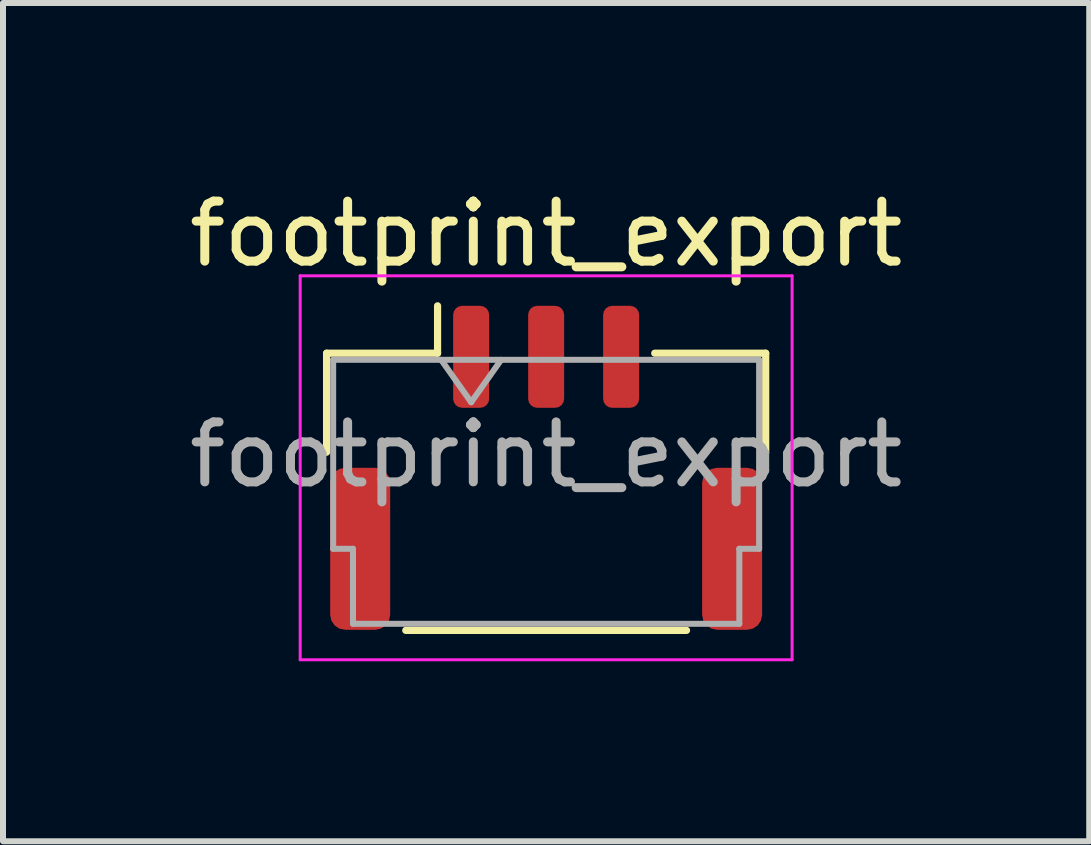
<source format=kicad_pcb>
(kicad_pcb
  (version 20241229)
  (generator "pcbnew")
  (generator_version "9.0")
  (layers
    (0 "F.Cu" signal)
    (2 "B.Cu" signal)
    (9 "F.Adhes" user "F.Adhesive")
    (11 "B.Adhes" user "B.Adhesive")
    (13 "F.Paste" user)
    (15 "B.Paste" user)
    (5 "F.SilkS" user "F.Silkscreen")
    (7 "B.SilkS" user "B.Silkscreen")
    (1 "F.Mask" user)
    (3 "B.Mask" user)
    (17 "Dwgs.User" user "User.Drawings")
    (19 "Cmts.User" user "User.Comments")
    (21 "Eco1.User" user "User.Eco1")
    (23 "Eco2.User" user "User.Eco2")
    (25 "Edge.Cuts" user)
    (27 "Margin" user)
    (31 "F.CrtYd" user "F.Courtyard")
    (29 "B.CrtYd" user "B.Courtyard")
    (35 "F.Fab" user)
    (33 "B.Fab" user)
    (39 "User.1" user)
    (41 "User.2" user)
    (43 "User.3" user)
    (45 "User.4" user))
  (footprint "footprint_export"
    (layer "F.Cu")
    (at 6.054 4.748)
    (property "Reference" "footprint_export" (at 0 -3.9 0) (layer "F.SilkS") (effects (font (size 1 1) (thickness 0.15))))
    (attr smd)
    (fp_line (start -3.66 -1.91) (end -1.81 -1.91) (stroke (width 0.12) (type solid)) (layer "F.SilkS"))
    (fp_line (start -3.66 -0.26) (end -3.66 -1.91) (stroke (width 0.12) (type solid)) (layer "F.SilkS"))
    (fp_line (start -2.34 2.71) (end 2.34 2.71) (stroke (width 0.12) (type solid)) (layer "F.SilkS"))
    (fp_line (start -1.81 -1.91) (end -1.81 -2.7) (stroke (width 0.12) (type solid)) (layer "F.SilkS"))
    (fp_line (start 3.66 -1.91) (end 1.81 -1.91) (stroke (width 0.12) (type solid)) (layer "F.SilkS"))
    (fp_line (start 3.66 -0.26) (end 3.66 -1.91) (stroke (width 0.12) (type solid)) (layer "F.SilkS"))
    (fp_line (start -4.1 -3.2) (end -4.1 3.2) (stroke (width 0.05) (type solid)) (layer "F.CrtYd"))
    (fp_line (start -4.1 3.2) (end 4.1 3.2) (stroke (width 0.05) (type solid)) (layer "F.CrtYd"))
    (fp_line (start 4.1 -3.2) (end -4.1 -3.2) (stroke (width 0.05) (type solid)) (layer "F.CrtYd"))
    (fp_line (start 4.1 3.2) (end 4.1 -3.2) (stroke (width 0.05) (type solid)) (layer "F.CrtYd"))
    (fp_line (start -3.55 -1.8) (end -3.55 1.35) (stroke (width 0.1) (type solid)) (layer "F.Fab"))
    (fp_line (start -3.55 -1.8) (end 3.55 -1.8) (stroke (width 0.1) (type solid)) (layer "F.Fab"))
    (fp_line (start -3.55 1.35) (end -3.22 1.35) (stroke (width 0.1) (type solid)) (layer "F.Fab"))
    (fp_line (start -3.22 1.35) (end -3.22 2.6) (stroke (width 0.1) (type solid)) (layer "F.Fab"))
    (fp_line (start -3.22 2.6) (end 3.22 2.6) (stroke (width 0.1) (type solid)) (layer "F.Fab"))
    (fp_line (start -1.75 -1.8) (end -1.25 -1.093) (stroke (width 0.1) (type solid)) (layer "F.Fab"))
    (fp_line (start -1.25 -1.093) (end -0.75 -1.8) (stroke (width 0.1) (type solid)) (layer "F.Fab"))
    (fp_line (start 3.22 1.35) (end 3.55 1.35) (stroke (width 0.1) (type solid)) (layer "F.Fab"))
    (fp_line (start 3.22 2.6) (end 3.22 1.35) (stroke (width 0.1) (type solid)) (layer "F.Fab"))
    (fp_line (start 3.55 -1.8) (end 3.55 1.35) (stroke (width 0.1) (type solid)) (layer "F.Fab"))
    (fp_text user "${REFERENCE}" (at 0 -0.22 0) (layer "F.Fab") (effects (font (size 1 1) (thickness 0.15))))
    (pad "1" smd roundrect (at -1.25 -1.85) (size 0.6 1.7) (layers "F.Cu" "F.Mask" "F.Paste") (roundrect_rratio 0.25))
    (pad "2" smd roundrect (at 0 -1.85) (size 0.6 1.7) (layers "F.Cu" "F.Mask" "F.Paste") (roundrect_rratio 0.25))
    (pad "3" smd roundrect (at 1.25 -1.85) (size 0.6 1.7) (layers "F.Cu" "F.Mask" "F.Paste") (roundrect_rratio 0.25))
    (pad "MP" smd roundrect (at -3.1 1.35) (size 1 2.7) (layers "F.Cu" "F.Mask" "F.Paste") (roundrect_rratio 0.25))
    (pad "MP" smd roundrect (at 3.1 1.35) (size 1 2.7) (layers "F.Cu" "F.Mask" "F.Paste") (roundrect_rratio 0.25)))
  (gr_rect
    (start -3 -3)
    (end 15.107 10.973)
    (stroke (width 0.1) (type default))
    (fill no)
    (layer "Edge.Cuts")))
</source>
